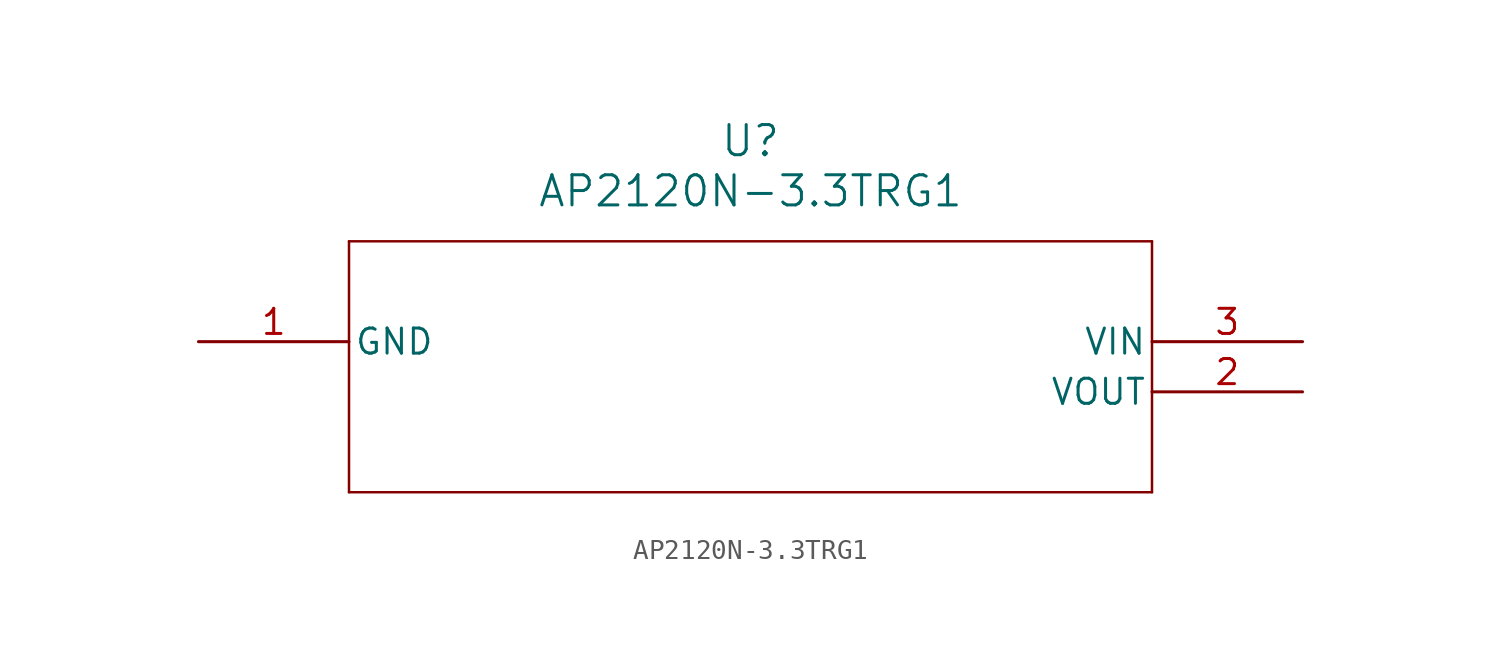
<source format=kicad_sym>
(kicad_symbol_lib
  (version 20211014)
  (generator kicad_symbol_editor)
  (symbol "AP2120N-3.3TRG1"
    (pin_names
      (offset 0.254))
    (property "Reference" "U"
      (at 27.94 10.16 0)
      (effects (font (size 1.524 1.524))))
    (property "Value" "AP2120N-3.3TRG1"
      (at 27.94 7.62 0)
      (effects (font (size 1.524 1.524))))
    (symbol "AP2120N-3.3TRG1_0_1"
      (polyline (pts (xy 7.62 5.08) (xy 7.62 -7.62)) (stroke (width 0.127) (type default) (color 0 0 0 0)) (fill (type none)))
      (polyline (pts (xy 7.62 -7.62) (xy 48.26 -7.62)) (stroke (width 0.127) (type default) (color 0 0 0 0)) (fill (type none)))
      (polyline (pts (xy 48.26 -7.62) (xy 48.26 5.08)) (stroke (width 0.127) (type default) (color 0 0 0 0)) (fill (type none)))
      (polyline (pts (xy 48.26 5.08) (xy 7.62 5.08)) (stroke (width 0.127) (type default) (color 0 0 0 0)) (fill (type none)))
      (pin power_in line (at 0 0 0) (length 7.62) (name "GND" (effects (font (size 1.27 1.27)))) (number "1" (effects (font (size 1.27 1.27)))))
      (pin output line (at 55.88 -2.54 180) (length 7.62) (name "VOUT" (effects (font (size 1.27 1.27)))) (number "2" (effects (font (size 1.27 1.27)))))
      (pin input line (at 55.88 0 180) (length 7.62) (name "VIN" (effects (font (size 1.27 1.27)))) (number "3" (effects (font (size 1.27 1.27))))))))
</source>
